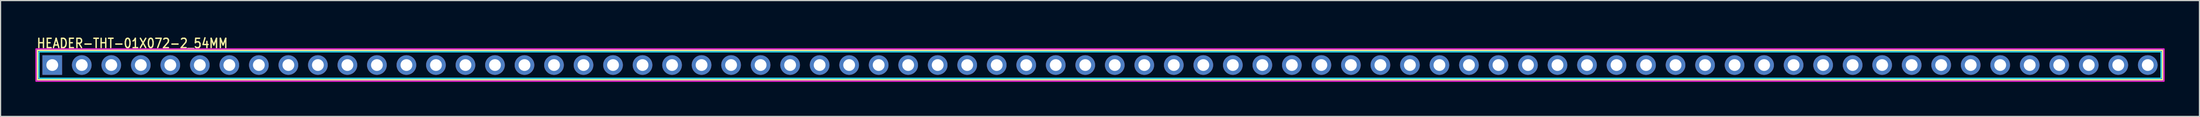
<source format=kicad_pcb>
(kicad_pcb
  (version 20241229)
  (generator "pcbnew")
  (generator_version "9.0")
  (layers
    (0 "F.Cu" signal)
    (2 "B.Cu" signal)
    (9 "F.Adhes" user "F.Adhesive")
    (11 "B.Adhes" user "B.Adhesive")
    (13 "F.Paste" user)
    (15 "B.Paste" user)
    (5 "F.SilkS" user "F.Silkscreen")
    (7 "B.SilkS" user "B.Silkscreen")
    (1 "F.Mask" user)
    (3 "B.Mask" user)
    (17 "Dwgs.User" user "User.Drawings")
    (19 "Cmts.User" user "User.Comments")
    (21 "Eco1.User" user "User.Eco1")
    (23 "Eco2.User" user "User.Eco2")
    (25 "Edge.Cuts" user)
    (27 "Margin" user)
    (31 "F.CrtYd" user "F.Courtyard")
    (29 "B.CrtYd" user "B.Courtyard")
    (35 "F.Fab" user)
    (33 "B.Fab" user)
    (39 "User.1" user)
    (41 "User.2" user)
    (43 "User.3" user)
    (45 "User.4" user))
  (footprint "HEADER-THT-01X072-2_54MM"
    (layer "F.Cu")
    (at 1.447 2.579)
    (property "Reference" "HEADER-THT-01X072-2_54MM" (at -1.4 -1.4 0) (unlocked yes) (layer "F.SilkS") (effects (font (size 0.813 0.695) (thickness 0.122)) (justify left bottom)))
    (fp_line (start -1.27 -1.27) (end -1.27 1.27) (stroke (width 0.127) (type solid)) (layer "F.SilkS"))
    (fp_line (start -1.27 1.27) (end 181.61 1.27) (stroke (width 0.127) (type solid)) (layer "F.SilkS"))
    (fp_line (start 181.61 -1.27) (end -1.27 -1.27) (stroke (width 0.127) (type solid)) (layer "F.SilkS"))
    (fp_line (start 181.61 1.27) (end 181.61 -1.27) (stroke (width 0.127) (type solid)) (layer "F.SilkS"))
    (fp_poly (pts (xy -1.143 -1.143) (xy 181.483 -1.143) (xy 181.483 1.143) (xy -1.143 1.143)) (stroke (width 0.1) (type solid)) (fill no) (layer "B.CrtYd"))
    (fp_poly (pts (xy -1.397 -1.397) (xy 181.737 -1.397) (xy 181.737 1.397) (xy -1.397 1.397)) (stroke (width 0.1) (type solid)) (fill no) (layer "F.CrtYd"))
    (pad "P$1" thru_hole rect (at 0 0) (size 1.693 1.693) (drill 1.016) (layers "*.Cu" "*.Mask"))
    (pad "P$2" thru_hole oval (at 2.54 0) (size 1.693 1.693) (drill 1.016) (layers "*.Cu" "*.Mask"))
    (pad "P$3" thru_hole oval (at 5.08 0) (size 1.693 1.693) (drill 1.016) (layers "*.Cu" "*.Mask"))
    (pad "P$4" thru_hole oval (at 7.62 0) (size 1.693 1.693) (drill 1.016) (layers "*.Cu" "*.Mask"))
    (pad "P$5" thru_hole oval (at 10.16 0) (size 1.693 1.693) (drill 1.016) (layers "*.Cu" "*.Mask"))
    (pad "P$6" thru_hole oval (at 12.7 0) (size 1.693 1.693) (drill 1.016) (layers "*.Cu" "*.Mask"))
    (pad "P$7" thru_hole oval (at 15.24 0) (size 1.693 1.693) (drill 1.016) (layers "*.Cu" "*.Mask"))
    (pad "P$8" thru_hole oval (at 17.78 0) (size 1.693 1.693) (drill 1.016) (layers "*.Cu" "*.Mask"))
    (pad "P$9" thru_hole oval (at 20.32 0) (size 1.693 1.693) (drill 1.016) (layers "*.Cu" "*.Mask"))
    (pad "P$10" thru_hole oval (at 22.86 0) (size 1.693 1.693) (drill 1.016) (layers "*.Cu" "*.Mask"))
    (pad "P$11" thru_hole oval (at 25.4 0) (size 1.693 1.693) (drill 1.016) (layers "*.Cu" "*.Mask"))
    (pad "P$12" thru_hole oval (at 27.94 0) (size 1.693 1.693) (drill 1.016) (layers "*.Cu" "*.Mask"))
    (pad "P$13" thru_hole oval (at 30.48 0) (size 1.693 1.693) (drill 1.016) (layers "*.Cu" "*.Mask"))
    (pad "P$14" thru_hole oval (at 33.02 0) (size 1.693 1.693) (drill 1.016) (layers "*.Cu" "*.Mask"))
    (pad "P$15" thru_hole oval (at 35.56 0) (size 1.693 1.693) (drill 1.016) (layers "*.Cu" "*.Mask"))
    (pad "P$16" thru_hole oval (at 38.1 0) (size 1.693 1.693) (drill 1.016) (layers "*.Cu" "*.Mask"))
    (pad "P$17" thru_hole oval (at 40.64 0) (size 1.693 1.693) (drill 1.016) (layers "*.Cu" "*.Mask"))
    (pad "P$18" thru_hole oval (at 43.18 0) (size 1.693 1.693) (drill 1.016) (layers "*.Cu" "*.Mask"))
    (pad "P$19" thru_hole oval (at 45.72 0) (size 1.693 1.693) (drill 1.016) (layers "*.Cu" "*.Mask"))
    (pad "P$20" thru_hole oval (at 48.26 0) (size 1.693 1.693) (drill 1.016) (layers "*.Cu" "*.Mask"))
    (pad "P$21" thru_hole oval (at 50.8 0) (size 1.693 1.693) (drill 1.016) (layers "*.Cu" "*.Mask"))
    (pad "P$22" thru_hole oval (at 53.34 0) (size 1.693 1.693) (drill 1.016) (layers "*.Cu" "*.Mask"))
    (pad "P$23" thru_hole oval (at 55.88 0) (size 1.693 1.693) (drill 1.016) (layers "*.Cu" "*.Mask"))
    (pad "P$24" thru_hole oval (at 58.42 0) (size 1.693 1.693) (drill 1.016) (layers "*.Cu" "*.Mask"))
    (pad "P$25" thru_hole oval (at 60.96 0) (size 1.693 1.693) (drill 1.016) (layers "*.Cu" "*.Mask"))
    (pad "P$26" thru_hole oval (at 63.5 0) (size 1.693 1.693) (drill 1.016) (layers "*.Cu" "*.Mask"))
    (pad "P$27" thru_hole oval (at 66.04 0) (size 1.693 1.693) (drill 1.016) (layers "*.Cu" "*.Mask"))
    (pad "P$28" thru_hole oval (at 68.58 0) (size 1.693 1.693) (drill 1.016) (layers "*.Cu" "*.Mask"))
    (pad "P$29" thru_hole oval (at 71.12 0) (size 1.693 1.693) (drill 1.016) (layers "*.Cu" "*.Mask"))
    (pad "P$30" thru_hole oval (at 73.66 0) (size 1.693 1.693) (drill 1.016) (layers "*.Cu" "*.Mask"))
    (pad "P$31" thru_hole oval (at 76.2 0) (size 1.693 1.693) (drill 1.016) (layers "*.Cu" "*.Mask"))
    (pad "P$32" thru_hole oval (at 78.74 0) (size 1.693 1.693) (drill 1.016) (layers "*.Cu" "*.Mask"))
    (pad "P$33" thru_hole oval (at 81.28 0) (size 1.693 1.693) (drill 1.016) (layers "*.Cu" "*.Mask"))
    (pad "P$34" thru_hole oval (at 83.82 0) (size 1.693 1.693) (drill 1.016) (layers "*.Cu" "*.Mask"))
    (pad "P$35" thru_hole oval (at 86.36 0) (size 1.693 1.693) (drill 1.016) (layers "*.Cu" "*.Mask"))
    (pad "P$36" thru_hole oval (at 88.9 0) (size 1.693 1.693) (drill 1.016) (layers "*.Cu" "*.Mask"))
    (pad "P$37" thru_hole oval (at 91.44 0) (size 1.693 1.693) (drill 1.016) (layers "*.Cu" "*.Mask"))
    (pad "P$38" thru_hole oval (at 93.98 0) (size 1.693 1.693) (drill 1.016) (layers "*.Cu" "*.Mask"))
    (pad "P$39" thru_hole oval (at 96.52 0) (size 1.693 1.693) (drill 1.016) (layers "*.Cu" "*.Mask"))
    (pad "P$40" thru_hole oval (at 99.06 0) (size 1.693 1.693) (drill 1.016) (layers "*.Cu" "*.Mask"))
    (pad "P$41" thru_hole oval (at 101.6 0) (size 1.693 1.693) (drill 1.016) (layers "*.Cu" "*.Mask"))
    (pad "P$42" thru_hole oval (at 104.14 0) (size 1.693 1.693) (drill 1.016) (layers "*.Cu" "*.Mask"))
    (pad "P$43" thru_hole oval (at 106.68 0) (size 1.693 1.693) (drill 1.016) (layers "*.Cu" "*.Mask"))
    (pad "P$44" thru_hole oval (at 109.22 0) (size 1.693 1.693) (drill 1.016) (layers "*.Cu" "*.Mask"))
    (pad "P$45" thru_hole oval (at 111.76 0) (size 1.693 1.693) (drill 1.016) (layers "*.Cu" "*.Mask"))
    (pad "P$46" thru_hole oval (at 114.3 0) (size 1.693 1.693) (drill 1.016) (layers "*.Cu" "*.Mask"))
    (pad "P$47" thru_hole oval (at 116.84 0) (size 1.693 1.693) (drill 1.016) (layers "*.Cu" "*.Mask"))
    (pad "P$48" thru_hole oval (at 119.38 0) (size 1.693 1.693) (drill 1.016) (layers "*.Cu" "*.Mask"))
    (pad "P$49" thru_hole oval (at 121.92 0) (size 1.693 1.693) (drill 1.016) (layers "*.Cu" "*.Mask"))
    (pad "P$50" thru_hole oval (at 124.46 0) (size 1.693 1.693) (drill 1.016) (layers "*.Cu" "*.Mask"))
    (pad "P$51" thru_hole oval (at 127 0) (size 1.693 1.693) (drill 1.016) (layers "*.Cu" "*.Mask"))
    (pad "P$52" thru_hole oval (at 129.54 0) (size 1.693 1.693) (drill 1.016) (layers "*.Cu" "*.Mask"))
    (pad "P$53" thru_hole oval (at 132.08 0) (size 1.693 1.693) (drill 1.016) (layers "*.Cu" "*.Mask"))
    (pad "P$54" thru_hole oval (at 134.62 0) (size 1.693 1.693) (drill 1.016) (layers "*.Cu" "*.Mask"))
    (pad "P$55" thru_hole oval (at 137.16 0) (size 1.693 1.693) (drill 1.016) (layers "*.Cu" "*.Mask"))
    (pad "P$56" thru_hole oval (at 139.7 0) (size 1.693 1.693) (drill 1.016) (layers "*.Cu" "*.Mask"))
    (pad "P$57" thru_hole oval (at 142.24 0) (size 1.693 1.693) (drill 1.016) (layers "*.Cu" "*.Mask"))
    (pad "P$58" thru_hole oval (at 144.78 0) (size 1.693 1.693) (drill 1.016) (layers "*.Cu" "*.Mask"))
    (pad "P$59" thru_hole oval (at 147.32 0) (size 1.693 1.693) (drill 1.016) (layers "*.Cu" "*.Mask"))
    (pad "P$60" thru_hole oval (at 149.86 0) (size 1.693 1.693) (drill 1.016) (layers "*.Cu" "*.Mask"))
    (pad "P$61" thru_hole oval (at 152.4 0) (size 1.693 1.693) (drill 1.016) (layers "*.Cu" "*.Mask"))
    (pad "P$62" thru_hole oval (at 154.94 0) (size 1.693 1.693) (drill 1.016) (layers "*.Cu" "*.Mask"))
    (pad "P$63" thru_hole oval (at 157.48 0) (size 1.693 1.693) (drill 1.016) (layers "*.Cu" "*.Mask"))
    (pad "P$64" thru_hole oval (at 160.02 0) (size 1.693 1.693) (drill 1.016) (layers "*.Cu" "*.Mask"))
    (pad "P$65" thru_hole oval (at 162.56 0) (size 1.693 1.693) (drill 1.016) (layers "*.Cu" "*.Mask"))
    (pad "P$66" thru_hole oval (at 165.1 0) (size 1.693 1.693) (drill 1.016) (layers "*.Cu" "*.Mask"))
    (pad "P$67" thru_hole oval (at 167.64 0) (size 1.693 1.693) (drill 1.016) (layers "*.Cu" "*.Mask"))
    (pad "P$68" thru_hole oval (at 170.18 0) (size 1.693 1.693) (drill 1.016) (layers "*.Cu" "*.Mask"))
    (pad "P$69" thru_hole oval (at 172.72 0) (size 1.693 1.693) (drill 1.016) (layers "*.Cu" "*.Mask"))
    (pad "P$70" thru_hole oval (at 175.26 0) (size 1.693 1.693) (drill 1.016) (layers "*.Cu" "*.Mask"))
    (pad "P$71" thru_hole oval (at 177.8 0) (size 1.693 1.693) (drill 1.016) (layers "*.Cu" "*.Mask"))
    (pad "P$72" thru_hole oval (at 180.34 0) (size 1.693 1.693) (drill 1.016) (layers "*.Cu" "*.Mask")))
  (gr_rect
    (start -3 -3)
    (end 186.234 7.026)
    (stroke (width 0.1) (type default))
    (fill no)
    (layer "Edge.Cuts")))
</source>
